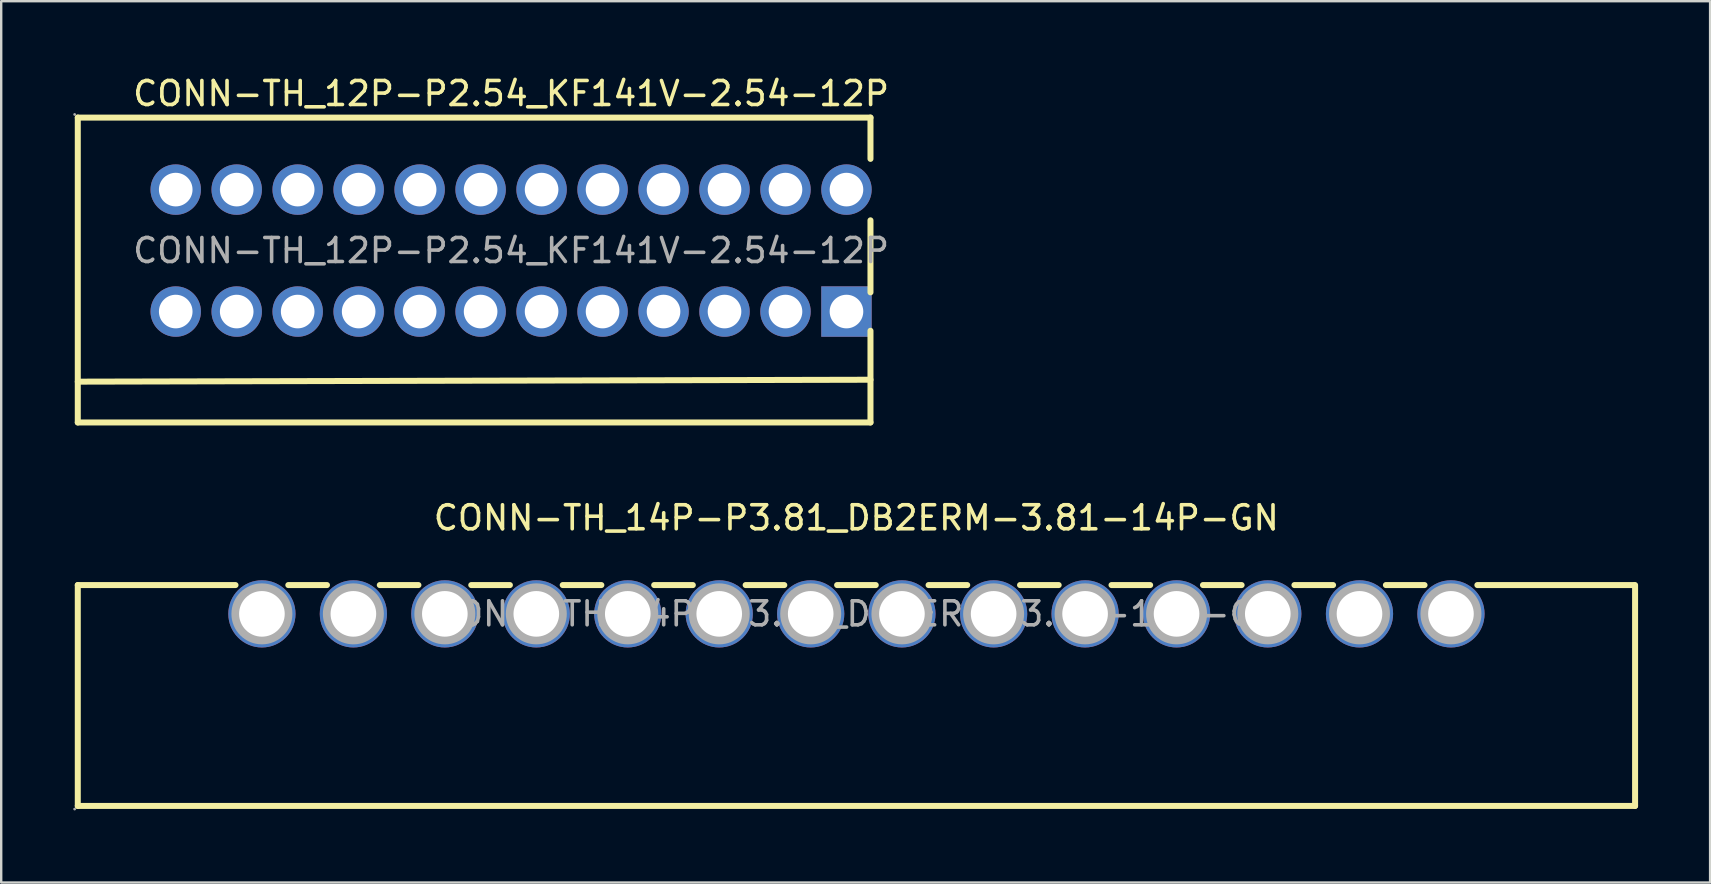
<source format=kicad_pcb>
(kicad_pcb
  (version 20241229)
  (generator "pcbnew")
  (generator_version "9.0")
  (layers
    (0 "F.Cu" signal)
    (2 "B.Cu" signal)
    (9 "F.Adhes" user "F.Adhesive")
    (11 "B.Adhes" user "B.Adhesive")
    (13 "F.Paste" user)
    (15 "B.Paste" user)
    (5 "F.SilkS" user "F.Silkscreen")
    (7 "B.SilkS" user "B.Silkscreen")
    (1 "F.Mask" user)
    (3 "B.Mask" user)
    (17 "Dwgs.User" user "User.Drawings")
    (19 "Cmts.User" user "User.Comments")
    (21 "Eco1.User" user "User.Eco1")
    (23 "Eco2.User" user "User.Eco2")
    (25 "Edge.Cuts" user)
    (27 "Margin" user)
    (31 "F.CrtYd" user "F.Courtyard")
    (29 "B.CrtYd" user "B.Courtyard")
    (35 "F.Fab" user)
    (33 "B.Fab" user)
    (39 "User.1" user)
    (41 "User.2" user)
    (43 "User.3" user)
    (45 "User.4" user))
  (footprint "CONN-TH_12P-P2.54_KF141V-2.54-12P"
    (layer "F.Cu")
    (at 18.24 7.388)
    (property "Reference" "CONN-TH_12P-P2.54_KF141V-2.54-12P" (at 0 -6.54 0) (layer "F.SilkS") (effects (font (size 1 1) (thickness 0.15))))
    (attr smd)
    (fp_line (start -18.05 -5.54) (end -18.05 7.16) (stroke (width 0.25) (type solid)) (layer "F.SilkS"))
    (fp_line (start -18.05 -5.54) (end 14.97 -5.54) (stroke (width 0.25) (type solid)) (layer "F.SilkS"))
    (fp_line (start -18.05 5.46) (end 14.97 5.38) (stroke (width 0.25) (type solid)) (layer "F.SilkS"))
    (fp_line (start -18.05 7.16) (end 14.97 7.16) (stroke (width 0.25) (type solid)) (layer "F.SilkS"))
    (fp_line (start 14.97 -5.54) (end 14.97 -3.82) (stroke (width 0.25) (type solid)) (layer "F.SilkS"))
    (fp_line (start 14.97 -1.26) (end 14.97 1.74) (stroke (width 0.25) (type solid)) (layer "F.SilkS"))
    (fp_line (start 14.97 3.34) (end 14.97 7.16) (stroke (width 0.25) (type solid)) (layer "F.SilkS"))
    (fp_circle (center -18.18 -5.67) (end -18.15 -5.67) (stroke (width 0.06) (type solid)) (fill no) (layer "F.Fab"))
    (fp_circle (center -13.97 -2.54) (end -13.67 -2.54) (stroke (width 0.6) (type solid)) (fill no) (layer "F.Fab"))
    (fp_circle (center -13.97 2.54) (end -13.67 2.54) (stroke (width 0.6) (type solid)) (fill no) (layer "F.Fab"))
    (fp_circle (center -11.43 -2.54) (end -11.13 -2.54) (stroke (width 0.6) (type solid)) (fill no) (layer "F.Fab"))
    (fp_circle (center -11.43 2.54) (end -11.13 2.54) (stroke (width 0.6) (type solid)) (fill no) (layer "F.Fab"))
    (fp_circle (center -8.89 -2.54) (end -8.59 -2.54) (stroke (width 0.6) (type solid)) (fill no) (layer "F.Fab"))
    (fp_circle (center -8.89 2.54) (end -8.59 2.54) (stroke (width 0.6) (type solid)) (fill no) (layer "F.Fab"))
    (fp_circle (center -6.35 -2.54) (end -6.05 -2.54) (stroke (width 0.6) (type solid)) (fill no) (layer "F.Fab"))
    (fp_circle (center -6.35 2.54) (end -6.05 2.54) (stroke (width 0.6) (type solid)) (fill no) (layer "F.Fab"))
    (fp_circle (center -3.81 -2.54) (end -3.51 -2.54) (stroke (width 0.6) (type solid)) (fill no) (layer "F.Fab"))
    (fp_circle (center -3.81 2.54) (end -3.51 2.54) (stroke (width 0.6) (type solid)) (fill no) (layer "F.Fab"))
    (fp_circle (center -1.27 -2.54) (end -0.97 -2.54) (stroke (width 0.6) (type solid)) (fill no) (layer "F.Fab"))
    (fp_circle (center -1.27 2.54) (end -0.97 2.54) (stroke (width 0.6) (type solid)) (fill no) (layer "F.Fab"))
    (fp_circle (center 1.27 -2.54) (end 1.57 -2.54) (stroke (width 0.6) (type solid)) (fill no) (layer "F.Fab"))
    (fp_circle (center 1.27 2.54) (end 1.57 2.54) (stroke (width 0.6) (type solid)) (fill no) (layer "F.Fab"))
    (fp_circle (center 3.81 -2.54) (end 4.11 -2.54) (stroke (width 0.6) (type solid)) (fill no) (layer "F.Fab"))
    (fp_circle (center 3.81 2.54) (end 4.11 2.54) (stroke (width 0.6) (type solid)) (fill no) (layer "F.Fab"))
    (fp_circle (center 6.35 -2.54) (end 6.65 -2.54) (stroke (width 0.6) (type solid)) (fill no) (layer "F.Fab"))
    (fp_circle (center 6.35 2.54) (end 6.65 2.54) (stroke (width 0.6) (type solid)) (fill no) (layer "F.Fab"))
    (fp_circle (center 8.89 -2.54) (end 9.19 -2.54) (stroke (width 0.6) (type solid)) (fill no) (layer "F.Fab"))
    (fp_circle (center 8.89 2.54) (end 9.19 2.54) (stroke (width 0.6) (type solid)) (fill no) (layer "F.Fab"))
    (fp_circle (center 11.43 -2.54) (end 11.73 -2.54) (stroke (width 0.6) (type solid)) (fill no) (layer "F.Fab"))
    (fp_circle (center 11.43 2.54) (end 11.73 2.54) (stroke (width 0.6) (type solid)) (fill no) (layer "F.Fab"))
    (fp_circle (center 13.97 -2.54) (end 14.27 -2.54) (stroke (width 0.6) (type solid)) (fill no) (layer "F.Fab"))
    (fp_circle (center 13.97 2.54) (end 14.27 2.54) (stroke (width 0.6) (type solid)) (fill no) (layer "F.Fab"))
    (fp_text user "${REFERENCE}" (at 0 0 0) (layer "F.Fab") (effects (font (size 1 1) (thickness 0.15))))
    (pad "1" thru_hole circle (at 13.97 -2.54) (size 2.1 2.1) (drill 1.4) (layers "*.Cu" "*.Paste" "*.Mask"))
    (pad "1" thru_hole rect (at 13.97 2.54) (size 2.1 2.1) (drill 1.4) (layers "*.Cu" "*.Paste" "*.Mask"))
    (pad "2" thru_hole circle (at 11.43 -2.54) (size 2.1 2.1) (drill 1.4) (layers "*.Cu" "*.Paste" "*.Mask"))
    (pad "2" thru_hole circle (at 11.43 2.54) (size 2.1 2.1) (drill 1.4) (layers "*.Cu" "*.Paste" "*.Mask"))
    (pad "3" thru_hole circle (at 8.89 -2.54) (size 2.1 2.1) (drill 1.4) (layers "*.Cu" "*.Paste" "*.Mask"))
    (pad "3" thru_hole circle (at 8.89 2.54) (size 2.1 2.1) (drill 1.4) (layers "*.Cu" "*.Paste" "*.Mask"))
    (pad "4" thru_hole circle (at 6.35 -2.54) (size 2.1 2.1) (drill 1.4) (layers "*.Cu" "*.Paste" "*.Mask"))
    (pad "4" thru_hole circle (at 6.35 2.54) (size 2.1 2.1) (drill 1.4) (layers "*.Cu" "*.Paste" "*.Mask"))
    (pad "5" thru_hole circle (at 3.81 -2.54) (size 2.1 2.1) (drill 1.4) (layers "*.Cu" "*.Paste" "*.Mask"))
    (pad "5" thru_hole circle (at 3.81 2.54) (size 2.1 2.1) (drill 1.4) (layers "*.Cu" "*.Paste" "*.Mask"))
    (pad "6" thru_hole circle (at 1.27 -2.54) (size 2.1 2.1) (drill 1.4) (layers "*.Cu" "*.Paste" "*.Mask"))
    (pad "6" thru_hole circle (at 1.27 2.54) (size 2.1 2.1) (drill 1.4) (layers "*.Cu" "*.Paste" "*.Mask"))
    (pad "7" thru_hole circle (at -1.27 -2.54) (size 2.1 2.1) (drill 1.4) (layers "*.Cu" "*.Paste" "*.Mask"))
    (pad "7" thru_hole circle (at -1.27 2.54) (size 2.1 2.1) (drill 1.4) (layers "*.Cu" "*.Paste" "*.Mask"))
    (pad "8" thru_hole circle (at -3.81 -2.54) (size 2.1 2.1) (drill 1.4) (layers "*.Cu" "*.Paste" "*.Mask"))
    (pad "8" thru_hole circle (at -3.81 2.54) (size 2.1 2.1) (drill 1.4) (layers "*.Cu" "*.Paste" "*.Mask"))
    (pad "9" thru_hole circle (at -6.35 -2.54) (size 2.1 2.1) (drill 1.4) (layers "*.Cu" "*.Paste" "*.Mask"))
    (pad "9" thru_hole circle (at -6.35 2.54) (size 2.1 2.1) (drill 1.4) (layers "*.Cu" "*.Paste" "*.Mask"))
    (pad "10" thru_hole circle (at -8.89 -2.54) (size 2.1 2.1) (drill 1.4) (layers "*.Cu" "*.Paste" "*.Mask"))
    (pad "10" thru_hole circle (at -8.89 2.54) (size 2.1 2.1) (drill 1.4) (layers "*.Cu" "*.Paste" "*.Mask"))
    (pad "11" thru_hole circle (at -11.43 -2.54) (size 2.1 2.1) (drill 1.4) (layers "*.Cu" "*.Paste" "*.Mask"))
    (pad "11" thru_hole circle (at -11.43 2.54) (size 2.1 2.1) (drill 1.4) (layers "*.Cu" "*.Paste" "*.Mask"))
    (pad "12" thru_hole circle (at -13.97 -2.54) (size 2.1 2.1) (drill 1.4) (layers "*.Cu" "*.Paste" "*.Mask"))
    (pad "12" thru_hole circle (at -13.97 2.54) (size 2.1 2.1) (drill 1.4) (layers "*.Cu" "*.Paste" "*.Mask")))
  (footprint "CONN-TH_14P-P3.81_DB2ERM-3.81-14P-GN"
    (layer "F.Cu")
    (at 32.62 22.521)
    (property "Reference" "CONN-TH_14P-P3.81_DB2ERM-3.81-14P-GN" (at 0 -4 0) (layer "F.SilkS") (effects (font (size 1 1) (thickness 0.15))))
    (attr through_hole)
    (fp_line (start -32.43 -1.2) (end -32.43 8) (stroke (width 0.25) (type solid)) (layer "F.SilkS"))
    (fp_line (start -32.43 -1.2) (end -25.86 -1.2) (stroke (width 0.25) (type solid)) (layer "F.SilkS"))
    (fp_line (start -32.43 8) (end 32.44 8) (stroke (width 0.25) (type solid)) (layer "F.SilkS"))
    (fp_line (start -23.66 -1.2) (end -22.05 -1.2) (stroke (width 0.25) (type solid)) (layer "F.SilkS"))
    (fp_line (start -19.85 -1.2) (end -18.24 -1.2) (stroke (width 0.25) (type solid)) (layer "F.SilkS"))
    (fp_line (start -16.04 -1.2) (end -14.43 -1.2) (stroke (width 0.25) (type solid)) (layer "F.SilkS"))
    (fp_line (start -12.23 -1.2) (end -10.62 -1.2) (stroke (width 0.25) (type solid)) (layer "F.SilkS"))
    (fp_line (start -8.42 -1.2) (end -6.81 -1.2) (stroke (width 0.25) (type solid)) (layer "F.SilkS"))
    (fp_line (start -4.61 -1.2) (end -3 -1.2) (stroke (width 0.25) (type solid)) (layer "F.SilkS"))
    (fp_line (start -0.8 -1.2) (end 0.81 -1.2) (stroke (width 0.25) (type solid)) (layer "F.SilkS"))
    (fp_line (start 3.01 -1.2) (end 4.62 -1.2) (stroke (width 0.25) (type solid)) (layer "F.SilkS"))
    (fp_line (start 6.82 -1.2) (end 8.43 -1.2) (stroke (width 0.25) (type solid)) (layer "F.SilkS"))
    (fp_line (start 10.63 -1.2) (end 12.24 -1.2) (stroke (width 0.25) (type solid)) (layer "F.SilkS"))
    (fp_line (start 14.44 -1.2) (end 16.05 -1.2) (stroke (width 0.25) (type solid)) (layer "F.SilkS"))
    (fp_line (start 18.25 -1.2) (end 19.86 -1.2) (stroke (width 0.25) (type solid)) (layer "F.SilkS"))
    (fp_line (start 22.06 -1.2) (end 23.67 -1.2) (stroke (width 0.25) (type solid)) (layer "F.SilkS"))
    (fp_line (start 25.87 -1.2) (end 32.39 -1.2) (stroke (width 0.25) (type solid)) (layer "F.SilkS"))
    (fp_line (start 32.44 -1.2) (end 32.44 8) (stroke (width 0.25) (type solid)) (layer "F.SilkS"))
    (fp_circle (center -32.56 8.13) (end -32.53 8.13) (stroke (width 0.06) (type solid)) (fill no) (layer "F.Fab"))
    (fp_circle (center -24.76 0) (end -24.34 0) (stroke (width 0.85) (type solid)) (fill no) (layer "F.Fab"))
    (fp_circle (center -20.95 0) (end -20.53 0) (stroke (width 0.85) (type solid)) (fill no) (layer "F.Fab"))
    (fp_circle (center -17.14 0) (end -16.72 0) (stroke (width 0.85) (type solid)) (fill no) (layer "F.Fab"))
    (fp_circle (center -13.33 0) (end -12.91 0) (stroke (width 0.85) (type solid)) (fill no) (layer "F.Fab"))
    (fp_circle (center -9.52 0) (end -9.1 0) (stroke (width 0.85) (type solid)) (fill no) (layer "F.Fab"))
    (fp_circle (center -5.71 0) (end -5.29 0) (stroke (width 0.85) (type solid)) (fill no) (layer "F.Fab"))
    (fp_circle (center -1.9 0) (end -1.48 0) (stroke (width 0.85) (type solid)) (fill no) (layer "F.Fab"))
    (fp_circle (center 1.9 0) (end 2.32 0) (stroke (width 0.85) (type solid)) (fill no) (layer "F.Fab"))
    (fp_circle (center 5.72 0) (end 6.14 0) (stroke (width 0.85) (type solid)) (fill no) (layer "F.Fab"))
    (fp_circle (center 9.53 0) (end 9.95 0) (stroke (width 0.85) (type solid)) (fill no) (layer "F.Fab"))
    (fp_circle (center 13.34 0) (end 13.76 0) (stroke (width 0.85) (type solid)) (fill no) (layer "F.Fab"))
    (fp_circle (center 17.14 0) (end 17.56 0) (stroke (width 0.85) (type solid)) (fill no) (layer "F.Fab"))
    (fp_circle (center 20.96 0) (end 21.38 0) (stroke (width 0.85) (type solid)) (fill no) (layer "F.Fab"))
    (fp_circle (center 24.77 0) (end 25.19 0) (stroke (width 0.85) (type solid)) (fill no) (layer "F.Fab"))
    (fp_text user "${REFERENCE}" (at 0 0 0) (layer "F.Fab") (effects (font (size 1 1) (thickness 0.15))))
    (pad "1" thru_hole circle (at -24.76 0) (size 2.8 2.8) (drill 1.9) (layers "*.Cu" "*.Mask"))
    (pad "2" thru_hole circle (at -20.95 0) (size 2.8 2.8) (drill 1.9) (layers "*.Cu" "*.Mask"))
    (pad "3" thru_hole circle (at -17.14 0) (size 2.8 2.8) (drill 1.9) (layers "*.Cu" "*.Mask"))
    (pad "4" thru_hole circle (at -13.33 0) (size 2.8 2.8) (drill 1.9) (layers "*.Cu" "*.Mask"))
    (pad "5" thru_hole circle (at -9.52 0) (size 2.8 2.8) (drill 1.9) (layers "*.Cu" "*.Mask"))
    (pad "6" thru_hole circle (at -5.71 0) (size 2.8 2.8) (drill 1.9) (layers "*.Cu" "*.Mask"))
    (pad "7" thru_hole circle (at -1.9 0) (size 2.8 2.8) (drill 1.9) (layers "*.Cu" "*.Mask"))
    (pad "8" thru_hole circle (at 1.9 0) (size 2.8 2.8) (drill 1.9) (layers "*.Cu" "*.Mask"))
    (pad "9" thru_hole circle (at 5.72 0) (size 2.8 2.8) (drill 1.9) (layers "*.Cu" "*.Mask"))
    (pad "10" thru_hole circle (at 9.53 0) (size 2.8 2.8) (drill 1.9) (layers "*.Cu" "*.Mask"))
    (pad "11" thru_hole circle (at 13.34 0) (size 2.8 2.8) (drill 1.9) (layers "*.Cu" "*.Mask"))
    (pad "12" thru_hole circle (at 17.14 0) (size 2.8 2.8) (drill 1.9) (layers "*.Cu" "*.Mask"))
    (pad "13" thru_hole circle (at 20.96 0) (size 2.8 2.8) (drill 1.9) (layers "*.Cu" "*.Mask"))
    (pad "14" thru_hole circle (at 24.77 0) (size 2.8 2.8) (drill 1.9) (layers "*.Cu" "*.Mask")))
  (gr_rect
    (start -3 -3)
    (end 68.185 33.712)
    (stroke (width 0.1) (type default))
    (fill no)
    (layer "Edge.Cuts")))
</source>
